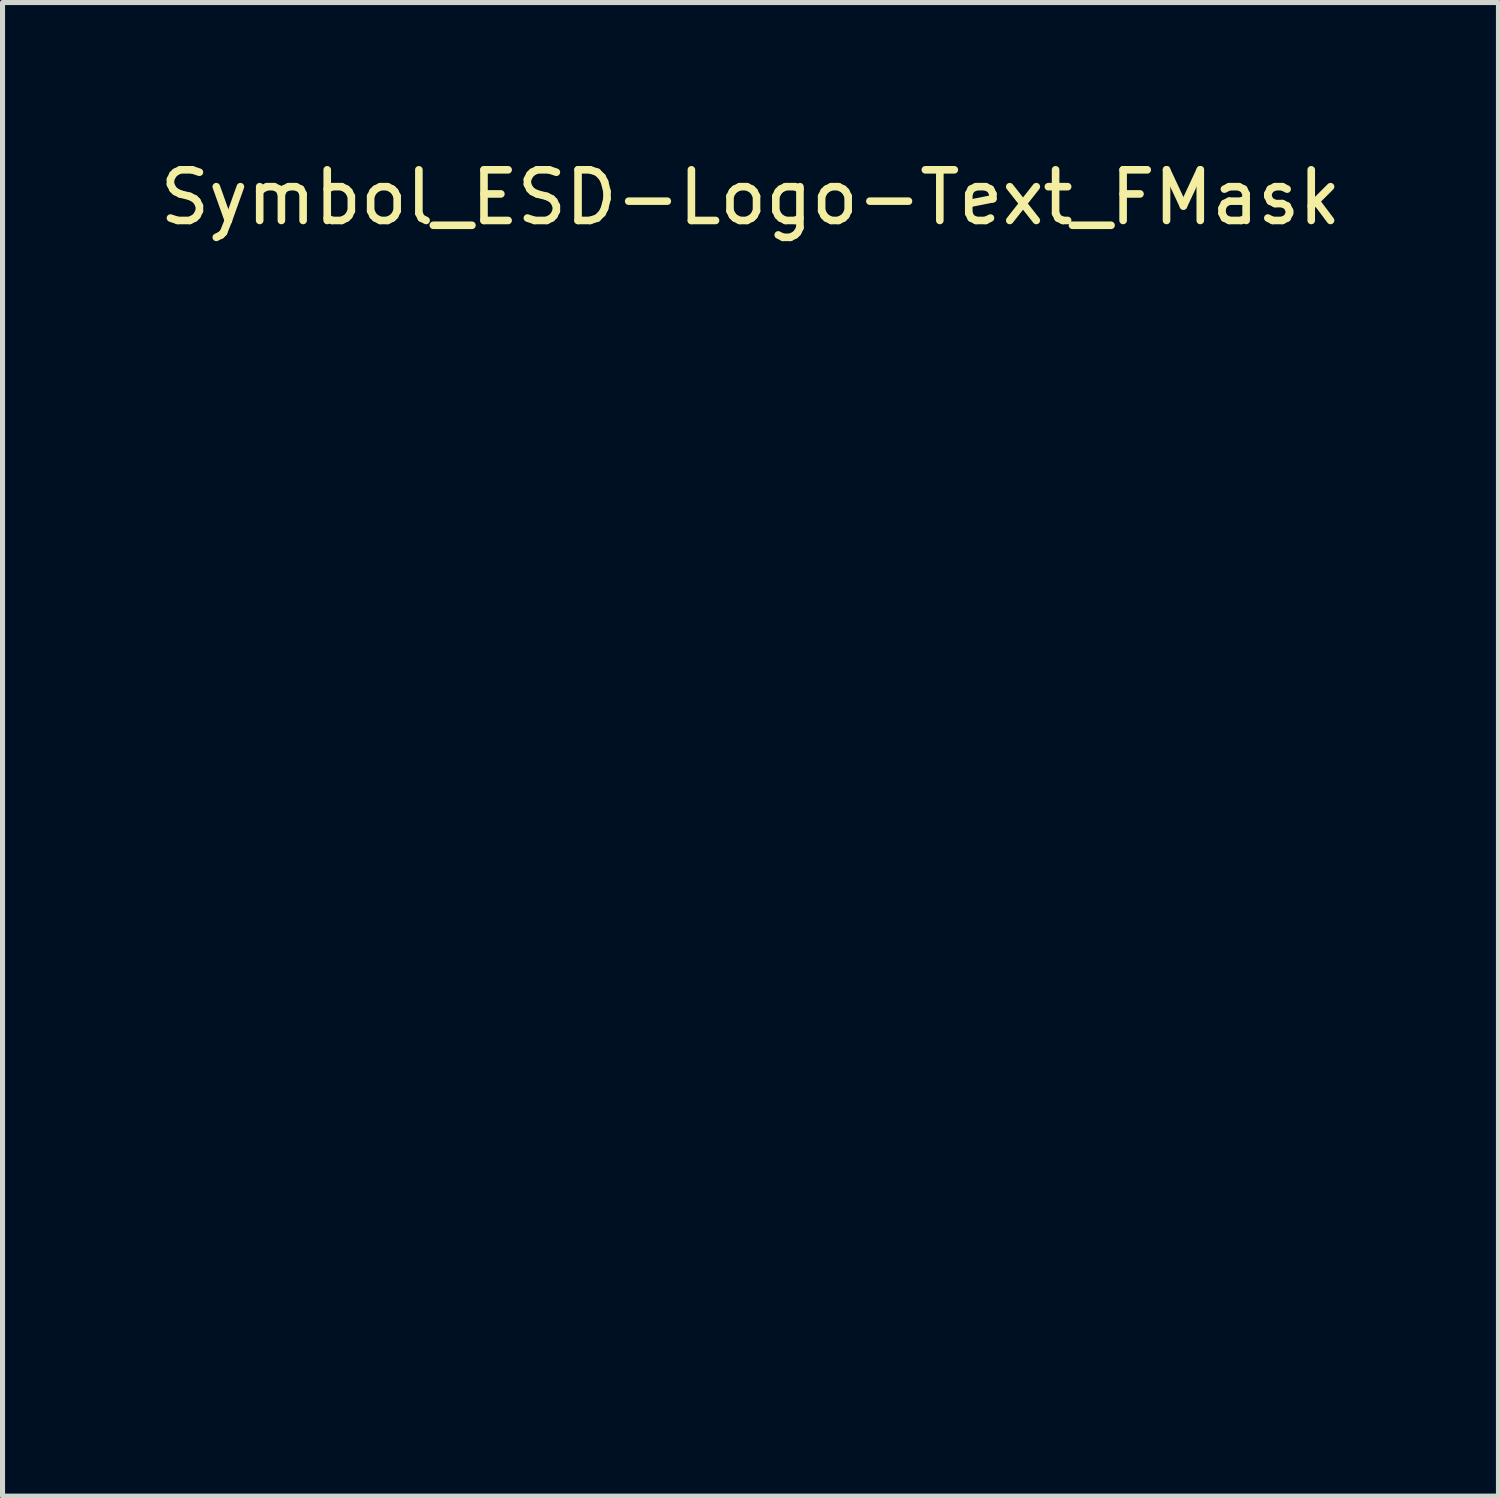
<source format=kicad_pcb>
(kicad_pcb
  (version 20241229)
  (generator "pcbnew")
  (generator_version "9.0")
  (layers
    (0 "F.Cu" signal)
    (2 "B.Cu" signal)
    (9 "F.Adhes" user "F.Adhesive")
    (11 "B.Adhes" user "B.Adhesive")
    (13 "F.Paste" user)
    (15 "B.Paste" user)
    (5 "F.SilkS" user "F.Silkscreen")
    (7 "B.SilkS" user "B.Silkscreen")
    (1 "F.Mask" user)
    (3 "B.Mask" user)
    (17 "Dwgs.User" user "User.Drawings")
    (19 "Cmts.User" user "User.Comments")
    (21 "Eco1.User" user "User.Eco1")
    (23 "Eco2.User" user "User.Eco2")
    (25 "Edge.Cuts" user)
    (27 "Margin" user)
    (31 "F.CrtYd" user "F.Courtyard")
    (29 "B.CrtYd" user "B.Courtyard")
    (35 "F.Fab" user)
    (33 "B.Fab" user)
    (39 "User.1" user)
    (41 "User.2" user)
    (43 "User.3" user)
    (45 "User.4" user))
  (footprint "Symbol_ESD-Logo-Text_FMask"
    (layer "F.Cu")
    (at 11.768 11.648)
    (property "Reference" "Symbol_ESD-Logo-Text_FMask" (at 0 -10.8 0) (layer "F.SilkS") (effects (font (size 1 1) (thickness 0.15))))
    (attr exclude_from_pos_files exclude_from_bom)
    (fp_line (start -6.8 7.371) (end -6.21 7.371) (stroke (width 0.305) (type solid)) (layer "F.Mask"))
    (fp_line (start -6.789 6.111) (end -6.8 7.371) (stroke (width 0.305) (type solid)) (layer "F.Mask"))
    (fp_line (start -6.37 6.731) (end -6.749 6.721) (stroke (width 0.305) (type solid)) (layer "F.Mask"))
    (fp_line (start -6.149 6.111) (end -6.789 6.111) (stroke (width 0.305) (type solid)) (layer "F.Mask"))
    (fp_line (start -5.639 7.371) (end -5.05 7.371) (stroke (width 0.305) (type solid)) (layer "F.Mask"))
    (fp_line (start -5.631 6.101) (end -5.639 7.371) (stroke (width 0.305) (type solid)) (layer "F.Mask"))
    (fp_line (start -5.151 3.312) (end 4.91 3.391) (stroke (width 0.305) (type solid)) (layer "F.Mask"))
    (fp_line (start -4.869 5.311) (end -4.46 4.041) (stroke (width 0.305) (type solid)) (layer "F.Mask"))
    (fp_line (start -4.77 2.751) (end -3.65 3.343) (stroke (width 0.305) (type solid)) (layer "F.Mask"))
    (fp_line (start -4.75 4.961) (end -4.15 4.971) (stroke (width 0.305) (type solid)) (layer "F.Mask"))
    (fp_line (start -4.61 6.119) (end -4.61 7.381) (stroke (width 0.305) (type solid)) (layer "F.Mask"))
    (fp_line (start -4.61 6.119) (end -4.041 6.119) (stroke (width 0.305) (type solid)) (layer "F.Mask"))
    (fp_line (start -4.61 7.381) (end -4.041 7.381) (stroke (width 0.305) (type solid)) (layer "F.Mask"))
    (fp_line (start -4.6 6.129) (end -4.61 6.119) (stroke (width 0.305) (type solid)) (layer "F.Mask"))
    (fp_line (start -4.559 2.223) (end -2.179 3.36) (stroke (width 0.305) (type solid)) (layer "F.Mask"))
    (fp_line (start -4.559 6.731) (end -4.209 6.731) (stroke (width 0.305) (type solid)) (layer "F.Mask"))
    (fp_line (start -4.46 4.041) (end -4.031 5.311) (stroke (width 0.305) (type solid)) (layer "F.Mask"))
    (fp_line (start -4.45 8.499) (end -4.43 8.71) (stroke (width 0.305) (type solid)) (layer "F.Mask"))
    (fp_line (start -4.43 8.71) (end -4.201 8.829) (stroke (width 0.305) (type solid)) (layer "F.Mask"))
    (fp_line (start -4.361 9.489) (end -4.43 9.469) (stroke (width 0.305) (type solid)) (layer "F.Mask"))
    (fp_line (start -4.341 1.661) (end -1.14 3.312) (stroke (width 0.305) (type solid)) (layer "F.Mask"))
    (fp_line (start -4.219 8.27) (end -4.45 8.499) (stroke (width 0.305) (type solid)) (layer "F.Mask"))
    (fp_line (start -4.201 8.829) (end -3.871 8.961) (stroke (width 0.305) (type solid)) (layer "F.Mask"))
    (fp_line (start -4.031 1.201) (end -2.41 1.991) (stroke (width 0.305) (type solid)) (layer "F.Mask"))
    (fp_line (start -4.021 9.55) (end -4.361 9.489) (stroke (width 0.305) (type solid)) (layer "F.Mask"))
    (fp_line (start -3.909 8.26) (end -4.219 8.27) (stroke (width 0.305) (type solid)) (layer "F.Mask"))
    (fp_line (start -3.871 8.961) (end -3.739 9.169) (stroke (width 0.305) (type solid)) (layer "F.Mask"))
    (fp_line (start -3.79 4.049) (end -3.109 4.041) (stroke (width 0.305) (type solid)) (layer "F.Mask"))
    (fp_line (start -3.79 9.441) (end -4.021 9.55) (stroke (width 0.305) (type solid)) (layer "F.Mask"))
    (fp_line (start -3.749 0.653) (end -2.461 1.382) (stroke (width 0.305) (type solid)) (layer "F.Mask"))
    (fp_line (start -3.739 9.169) (end -3.79 9.441) (stroke (width 0.305) (type solid)) (layer "F.Mask"))
    (fp_line (start -3.701 8.321) (end -3.909 8.26) (stroke (width 0.305) (type solid)) (layer "F.Mask"))
    (fp_line (start -3.551 0.163) (end -2.479 0.752) (stroke (width 0.305) (type solid)) (layer "F.Mask"))
    (fp_line (start -3.51 6.66) (end -3.49 7.021) (stroke (width 0.305) (type solid)) (layer "F.Mask"))
    (fp_line (start -3.5 10.439) (end -3.5 11.679) (stroke (width 0.305) (type solid)) (layer "F.Mask"))
    (fp_line (start -3.5 11.679) (end -3.18 11.679) (stroke (width 0.305) (type solid)) (layer "F.Mask"))
    (fp_line (start -3.49 7.021) (end -3.33 7.269) (stroke (width 0.305) (type solid)) (layer "F.Mask"))
    (fp_line (start -3.449 4.049) (end -3.419 5.281) (stroke (width 0.305) (type solid)) (layer "F.Mask"))
    (fp_line (start -3.411 6.289) (end -3.51 6.66) (stroke (width 0.305) (type solid)) (layer "F.Mask"))
    (fp_line (start -3.371 -0.338) (end -2.629 0.061) (stroke (width 0.305) (type solid)) (layer "F.Mask"))
    (fp_line (start -3.33 7.269) (end -3.119 7.371) (stroke (width 0.305) (type solid)) (layer "F.Mask"))
    (fp_line (start -3.18 11.679) (end -2.911 11.501) (stroke (width 0.305) (type solid)) (layer "F.Mask"))
    (fp_line (start -3.16 6.139) (end -3.411 6.289) (stroke (width 0.305) (type solid)) (layer "F.Mask"))
    (fp_line (start -3.16 9.5) (end -3.18 8.27) (stroke (width 0.305) (type solid)) (layer "F.Mask"))
    (fp_line (start -3.129 10.439) (end -3.429 10.429) (stroke (width 0.305) (type solid)) (layer "F.Mask"))
    (fp_line (start -3.119 7.371) (end -2.771 7.29) (stroke (width 0.305) (type solid)) (layer "F.Mask"))
    (fp_line (start -3.091 -0.848) (end -5.151 3.312) (stroke (width 0.305) (type solid)) (layer "F.Mask"))
    (fp_line (start -2.959 10.531) (end -3.129 10.439) (stroke (width 0.305) (type solid)) (layer "F.Mask"))
    (fp_line (start -2.939 6.139) (end -3.16 6.139) (stroke (width 0.305) (type solid)) (layer "F.Mask"))
    (fp_line (start -2.911 11.501) (end -2.799 11.1) (stroke (width 0.305) (type solid)) (layer "F.Mask"))
    (fp_line (start -2.84 10.77) (end -2.959 10.531) (stroke (width 0.305) (type solid)) (layer "F.Mask"))
    (fp_line (start -2.799 11.1) (end -2.84 10.77) (stroke (width 0.305) (type solid)) (layer "F.Mask"))
    (fp_line (start -2.779 4.041) (end -2.141 4.031) (stroke (width 0.305) (type solid)) (layer "F.Mask"))
    (fp_line (start -2.771 8.839) (end -3.17 8.829) (stroke (width 0.305) (type solid)) (layer "F.Mask"))
    (fp_line (start -2.761 -1.587) (end -1.9 -1.158) (stroke (width 0.305) (type solid)) (layer "F.Mask"))
    (fp_line (start -2.7 6.251) (end -2.939 6.139) (stroke (width 0.305) (type solid)) (layer "F.Mask"))
    (fp_line (start -2.601 8.26) (end -3.15 8.26) (stroke (width 0.305) (type solid)) (layer "F.Mask"))
    (fp_line (start -2.56 9.53) (end -3.16 9.5) (stroke (width 0.305) (type solid)) (layer "F.Mask"))
    (fp_line (start -2.51 -1.968) (end -1.689 -1.488) (stroke (width 0.305) (type solid)) (layer "F.Mask"))
    (fp_line (start -2.489 1.102) (end -1.991 2.771) (stroke (width 0.305) (type solid)) (layer "F.Mask"))
    (fp_line (start -2.461 -0.569) (end -3.091 -0.848) (stroke (width 0.305) (type solid)) (layer "F.Mask"))
    (fp_line (start -2.461 5.311) (end -2.469 4.059) (stroke (width 0.305) (type solid)) (layer "F.Mask"))
    (fp_line (start -2.41 1.991) (end -2.38 1.991) (stroke (width 0.305) (type solid)) (layer "F.Mask"))
    (fp_line (start -2.38 -0.579) (end -2.489 1.102) (stroke (width 0.305) (type solid)) (layer "F.Mask"))
    (fp_line (start -2.349 6.119) (end -1.679 6.119) (stroke (width 0.305) (type solid)) (layer "F.Mask"))
    (fp_line (start -2.261 11.661) (end -1.641 11.679) (stroke (width 0.305) (type solid)) (layer "F.Mask"))
    (fp_line (start -2.23 -2.449) (end -1.311 -1.819) (stroke (width 0.305) (type solid)) (layer "F.Mask"))
    (fp_line (start -2.23 10.419) (end -2.261 11.661) (stroke (width 0.305) (type solid)) (layer "F.Mask"))
    (fp_line (start -2.159 11.039) (end -2.159 11.021) (stroke (width 0.305) (type solid)) (layer "F.Mask"))
    (fp_line (start -2.05 -2.959) (end -1.031 -2.268) (stroke (width 0.305) (type solid)) (layer "F.Mask"))
    (fp_line (start -2.05 6.5) (end -2.029 7.371) (stroke (width 0.305) (type solid)) (layer "F.Mask"))
    (fp_line (start -2.04 6.52) (end -2.029 6.129) (stroke (width 0.305) (type solid)) (layer "F.Mask"))
    (fp_line (start -2.029 6.129) (end -2.009 6.129) (stroke (width 0.305) (type solid)) (layer "F.Mask"))
    (fp_line (start -2.009 8.331) (end -1.321 9.51) (stroke (width 0.305) (type solid)) (layer "F.Mask"))
    (fp_line (start -2.009 9.5) (end -2.009 8.331) (stroke (width 0.305) (type solid)) (layer "F.Mask"))
    (fp_line (start -1.991 2.771) (end -1.621 2.352) (stroke (width 0.305) (type solid)) (layer "F.Mask"))
    (fp_line (start -1.9 -1.158) (end -1.869 -1.158) (stroke (width 0.305) (type solid)) (layer "F.Mask"))
    (fp_line (start -1.849 0.422) (end -1.77 -0.119) (stroke (width 0.305) (type solid)) (layer "F.Mask"))
    (fp_line (start -1.849 1.481) (end -1.849 0.422) (stroke (width 0.305) (type solid)) (layer "F.Mask"))
    (fp_line (start -1.821 11.011) (end -2.159 11.039) (stroke (width 0.305) (type solid)) (layer "F.Mask"))
    (fp_line (start -1.77 -0.119) (end -1.72 -0.168) (stroke (width 0.305) (type solid)) (layer "F.Mask"))
    (fp_line (start -1.72 -3.599) (end -0.45 -2.809) (stroke (width 0.305) (type solid)) (layer "F.Mask"))
    (fp_line (start -1.72 -0.168) (end -1.471 -0.498) (stroke (width 0.305) (type solid)) (layer "F.Mask"))
    (fp_line (start -1.661 4.049) (end -1.661 5.281) (stroke (width 0.305) (type solid)) (layer "F.Mask"))
    (fp_line (start -1.661 5.281) (end -1.651 5.281) (stroke (width 0.305) (type solid)) (layer "F.Mask"))
    (fp_line (start -1.651 4.049) (end -1.14 4.049) (stroke (width 0.305) (type solid)) (layer "F.Mask"))
    (fp_line (start -1.641 5.301) (end -1.631 5.301) (stroke (width 0.305) (type solid)) (layer "F.Mask"))
    (fp_line (start -1.631 10.419) (end -2.23 10.419) (stroke (width 0.305) (type solid)) (layer "F.Mask"))
    (fp_line (start -1.621 2.352) (end -1.849 1.481) (stroke (width 0.305) (type solid)) (layer "F.Mask"))
    (fp_line (start -1.621 4.651) (end -1.6 4.651) (stroke (width 0.305) (type solid)) (layer "F.Mask"))
    (fp_line (start -1.539 2.372) (end -0.02 3.391) (stroke (width 0.305) (type solid)) (layer "F.Mask"))
    (fp_line (start -1.519 -0.14) (end -1.519 0.803) (stroke (width 0.305) (type solid)) (layer "F.Mask"))
    (fp_line (start -1.519 0.803) (end -1.389 1.641) (stroke (width 0.305) (type solid)) (layer "F.Mask"))
    (fp_line (start -1.471 -0.498) (end -0.63 -1.128) (stroke (width 0.305) (type solid)) (layer "F.Mask"))
    (fp_line (start -1.389 1.641) (end -1.11 1.872) (stroke (width 0.305) (type solid)) (layer "F.Mask"))
    (fp_line (start -1.359 -4.229) (end 0.46 -3.089) (stroke (width 0.305) (type solid)) (layer "F.Mask"))
    (fp_line (start -1.321 9.51) (end -1.321 8.27) (stroke (width 0.305) (type solid)) (layer "F.Mask"))
    (fp_line (start -1.311 -1.819) (end -1.311 -1.839) (stroke (width 0.305) (type solid)) (layer "F.Mask"))
    (fp_line (start -1.28 10.409) (end -0.861 11.679) (stroke (width 0.305) (type solid)) (layer "F.Mask"))
    (fp_line (start -1.229 6.139) (end -0.79 6.129) (stroke (width 0.305) (type solid)) (layer "F.Mask"))
    (fp_line (start -1.229 7.361) (end -1.229 6.139) (stroke (width 0.305) (type solid)) (layer "F.Mask"))
    (fp_line (start -1.199 4.641) (end -1.621 4.651) (stroke (width 0.305) (type solid)) (layer "F.Mask"))
    (fp_line (start -1.171 6.779) (end -1.161 6.779) (stroke (width 0.305) (type solid)) (layer "F.Mask"))
    (fp_line (start -1.14 0.163) (end -0.701 0.371) (stroke (width 0.305) (type solid)) (layer "F.Mask"))
    (fp_line (start -1.11 -0.648) (end -0.78 -0.498) (stroke (width 0.305) (type solid)) (layer "F.Mask"))
    (fp_line (start -1.11 1.872) (end -1.011 1.562) (stroke (width 0.305) (type solid)) (layer "F.Mask"))
    (fp_line (start -1.1 5.319) (end -1.641 5.301) (stroke (width 0.305) (type solid)) (layer "F.Mask"))
    (fp_line (start -1.011 -4.869) (end 1.199 -3.419) (stroke (width 0.305) (type solid)) (layer "F.Mask"))
    (fp_line (start -1.011 1.562) (end -1.14 0.163) (stroke (width 0.305) (type solid)) (layer "F.Mask"))
    (fp_line (start -0.879 6.82) (end -0.521 7.361) (stroke (width 0.305) (type solid)) (layer "F.Mask"))
    (fp_line (start -0.861 2.372) (end -0.63 2.682) (stroke (width 0.305) (type solid)) (layer "F.Mask"))
    (fp_line (start -0.861 11.679) (end -0.439 10.419) (stroke (width 0.305) (type solid)) (layer "F.Mask"))
    (fp_line (start -0.79 6.129) (end -0.599 6.241) (stroke (width 0.305) (type solid)) (layer "F.Mask"))
    (fp_line (start -0.78 -0.498) (end -0.419 -0.617) (stroke (width 0.305) (type solid)) (layer "F.Mask"))
    (fp_line (start -0.77 6.779) (end -1.171 6.779) (stroke (width 0.305) (type solid)) (layer "F.Mask"))
    (fp_line (start -0.759 8.59) (end -0.66 8.781) (stroke (width 0.305) (type solid)) (layer "F.Mask"))
    (fp_line (start -0.749 -5.397) (end 1.859 -3.647) (stroke (width 0.305) (type solid)) (layer "F.Mask"))
    (fp_line (start -0.729 0.98) (end -0.3 0.442) (stroke (width 0.305) (type solid)) (layer "F.Mask"))
    (fp_line (start -0.701 0.371) (end -0.729 0.98) (stroke (width 0.305) (type solid)) (layer "F.Mask"))
    (fp_line (start -0.701 1.593) (end -0.861 2.372) (stroke (width 0.305) (type solid)) (layer "F.Mask"))
    (fp_line (start -0.691 8.379) (end -0.759 8.59) (stroke (width 0.305) (type solid)) (layer "F.Mask"))
    (fp_line (start -0.66 8.781) (end -0.46 8.87) (stroke (width 0.305) (type solid)) (layer "F.Mask"))
    (fp_line (start -0.65 -2.649) (end -1.88 -1.138) (stroke (width 0.305) (type solid)) (layer "F.Mask"))
    (fp_line (start -0.65 -0.93) (end 0.061 -0.419) (stroke (width 0.305) (type solid)) (layer "F.Mask"))
    (fp_line (start -0.63 -1.128) (end -0.401 -1.278) (stroke (width 0.305) (type solid)) (layer "F.Mask"))
    (fp_line (start -0.63 2.682) (end -0.32 2.022) (stroke (width 0.305) (type solid)) (layer "F.Mask"))
    (fp_line (start -0.599 6.241) (end -0.511 6.5) (stroke (width 0.305) (type solid)) (layer "F.Mask"))
    (fp_line (start -0.599 6.69) (end -0.77 6.779) (stroke (width 0.305) (type solid)) (layer "F.Mask"))
    (fp_line (start -0.521 4.089) (end 0.191 5.291) (stroke (width 0.305) (type solid)) (layer "F.Mask"))
    (fp_line (start -0.511 5.329) (end -0.521 4.089) (stroke (width 0.305) (type solid)) (layer "F.Mask"))
    (fp_line (start -0.511 6.5) (end -0.599 6.69) (stroke (width 0.305) (type solid)) (layer "F.Mask"))
    (fp_line (start -0.48 8.26) (end -0.691 8.379) (stroke (width 0.305) (type solid)) (layer "F.Mask"))
    (fp_line (start -0.46 8.87) (end -0.239 8.941) (stroke (width 0.305) (type solid)) (layer "F.Mask"))
    (fp_line (start -0.45 -2.809) (end -0.419 -2.809) (stroke (width 0.305) (type solid)) (layer "F.Mask"))
    (fp_line (start -0.45 9.51) (end -0.719 9.469) (stroke (width 0.305) (type solid)) (layer "F.Mask"))
    (fp_line (start -0.419 -0.617) (end 0.061 -0.089) (stroke (width 0.305) (type solid)) (layer "F.Mask"))
    (fp_line (start -0.401 -1.278) (end 0.46 -0.188) (stroke (width 0.305) (type solid)) (layer "F.Mask"))
    (fp_line (start -0.351 -6.058) (end 1.58 -4.658) (stroke (width 0.305) (type solid)) (layer "F.Mask"))
    (fp_line (start -0.351 2.301) (end 1.021 3.312) (stroke (width 0.305) (type solid)) (layer "F.Mask"))
    (fp_line (start -0.32 2.022) (end 0.191 1.511) (stroke (width 0.305) (type solid)) (layer "F.Mask"))
    (fp_line (start -0.3 0.442) (end -0.071 0.572) (stroke (width 0.305) (type solid)) (layer "F.Mask"))
    (fp_line (start -0.239 8.941) (end -0.071 9.091) (stroke (width 0.305) (type solid)) (layer "F.Mask"))
    (fp_line (start -0.221 1.991) (end 0.079 2.172) (stroke (width 0.305) (type solid)) (layer "F.Mask"))
    (fp_line (start -0.211 8.23) (end -0.48 8.26) (stroke (width 0.305) (type solid)) (layer "F.Mask"))
    (fp_line (start -0.211 9.489) (end -0.45 9.51) (stroke (width 0.305) (type solid)) (layer "F.Mask"))
    (fp_line (start -0.089 -6.668) (end 0.95 -5.928) (stroke (width 0.305) (type solid)) (layer "F.Mask"))
    (fp_line (start -0.071 9.091) (end -0.041 9.289) (stroke (width 0.305) (type solid)) (layer "F.Mask"))
    (fp_line (start -0.041 6.789) (end 0.03 6.37) (stroke (width 0.305) (type solid)) (layer "F.Mask"))
    (fp_line (start -0.041 9.289) (end -0.211 9.489) (stroke (width 0.305) (type solid)) (layer "F.Mask"))
    (fp_line (start 0 8.321) (end -0.211 8.23) (stroke (width 0.305) (type solid)) (layer "F.Mask"))
    (fp_line (start 0 10.419) (end 0 11.661) (stroke (width 0.305) (type solid)) (layer "F.Mask"))
    (fp_line (start 0.03 6.37) (end 0.18 6.18) (stroke (width 0.305) (type solid)) (layer "F.Mask"))
    (fp_line (start 0.03 7.109) (end -0.041 6.789) (stroke (width 0.305) (type solid)) (layer "F.Mask"))
    (fp_line (start 0.061 -0.089) (end 0.239 0.142) (stroke (width 0.305) (type solid)) (layer "F.Mask"))
    (fp_line (start 0.079 2.172) (end 0.109 2.172) (stroke (width 0.305) (type solid)) (layer "F.Mask"))
    (fp_line (start 0.18 6.18) (end 0.361 6.17) (stroke (width 0.305) (type solid)) (layer "F.Mask"))
    (fp_line (start 0.191 1.511) (end 0.8 0.98) (stroke (width 0.305) (type solid)) (layer "F.Mask"))
    (fp_line (start 0.191 5.291) (end 0.191 4.059) (stroke (width 0.305) (type solid)) (layer "F.Mask"))
    (fp_line (start 0.211 -7.379) (end -2.761 -1.587) (stroke (width 0.305) (type solid)) (layer "F.Mask"))
    (fp_line (start 0.239 1.841) (end 2.169 3.292) (stroke (width 0.305) (type solid)) (layer "F.Mask"))
    (fp_line (start 0.239 7.371) (end 0.03 7.109) (stroke (width 0.305) (type solid)) (layer "F.Mask"))
    (fp_line (start 0.31 0.323) (end -0.701 1.593) (stroke (width 0.305) (type solid)) (layer "F.Mask"))
    (fp_line (start 0.31 1.46) (end 0.569 1.811) (stroke (width 0.305) (type solid)) (layer "F.Mask"))
    (fp_line (start 0.391 6.129) (end 0.64 6.2) (stroke (width 0.305) (type solid)) (layer "F.Mask"))
    (fp_line (start 0.46 -0.188) (end 0.31 0.323) (stroke (width 0.305) (type solid)) (layer "F.Mask"))
    (fp_line (start 0.46 7.381) (end 0.239 7.371) (stroke (width 0.305) (type solid)) (layer "F.Mask"))
    (fp_line (start 0.511 8.219) (end 0.511 9.479) (stroke (width 0.305) (type solid)) (layer "F.Mask"))
    (fp_line (start 0.521 1.46) (end 3.259 3.312) (stroke (width 0.305) (type solid)) (layer "F.Mask"))
    (fp_line (start 0.521 11.181) (end 0.62 11.481) (stroke (width 0.305) (type solid)) (layer "F.Mask"))
    (fp_line (start 0.599 10.78) (end 0.521 11.181) (stroke (width 0.305) (type solid)) (layer "F.Mask"))
    (fp_line (start 0.61 4.041) (end 1.311 4.041) (stroke (width 0.305) (type solid)) (layer "F.Mask"))
    (fp_line (start 0.62 11.481) (end 0.899 11.651) (stroke (width 0.305) (type solid)) (layer "F.Mask"))
    (fp_line (start 0.64 6.2) (end 0.78 6.421) (stroke (width 0.305) (type solid)) (layer "F.Mask"))
    (fp_line (start 0.65 7.33) (end 0.46 7.381) (stroke (width 0.305) (type solid)) (layer "F.Mask"))
    (fp_line (start 0.77 7.17) (end 0.65 7.33) (stroke (width 0.305) (type solid)) (layer "F.Mask"))
    (fp_line (start 0.78 6.421) (end 0.841 6.789) (stroke (width 0.305) (type solid)) (layer "F.Mask"))
    (fp_line (start 0.841 6.789) (end 0.77 7.17) (stroke (width 0.305) (type solid)) (layer "F.Mask"))
    (fp_line (start 0.851 10.49) (end 0.599 10.78) (stroke (width 0.305) (type solid)) (layer "F.Mask"))
    (fp_line (start 0.899 11.651) (end 1.161 11.689) (stroke (width 0.305) (type solid)) (layer "F.Mask"))
    (fp_line (start 0.96 8.27) (end 1.631 8.28) (stroke (width 0.305) (type solid)) (layer "F.Mask"))
    (fp_line (start 0.97 4.069) (end 0.991 5.281) (stroke (width 0.305) (type solid)) (layer "F.Mask"))
    (fp_line (start 1.021 3.312) (end 1.049 3.312) (stroke (width 0.305) (type solid)) (layer "F.Mask"))
    (fp_line (start 1.1 10.439) (end 0.851 10.49) (stroke (width 0.305) (type solid)) (layer "F.Mask"))
    (fp_line (start 1.161 11.689) (end 1.311 11.57) (stroke (width 0.305) (type solid)) (layer "F.Mask"))
    (fp_line (start 1.25 -3.317) (end -0.65 -2.649) (stroke (width 0.305) (type solid)) (layer "F.Mask"))
    (fp_line (start 1.29 8.291) (end 1.3 9.479) (stroke (width 0.305) (type solid)) (layer "F.Mask"))
    (fp_line (start 1.3 9.479) (end 1.311 9.479) (stroke (width 0.305) (type solid)) (layer "F.Mask"))
    (fp_line (start 1.311 6.421) (end 1.369 6.609) (stroke (width 0.305) (type solid)) (layer "F.Mask"))
    (fp_line (start 1.311 10.531) (end 1.1 10.439) (stroke (width 0.305) (type solid)) (layer "F.Mask"))
    (fp_line (start 1.311 11.57) (end 1.321 11.56) (stroke (width 0.305) (type solid)) (layer "F.Mask"))
    (fp_line (start 1.369 6.609) (end 1.669 6.769) (stroke (width 0.305) (type solid)) (layer "F.Mask"))
    (fp_line (start 1.45 6.17) (end 1.311 6.421) (stroke (width 0.305) (type solid)) (layer "F.Mask"))
    (fp_line (start 1.61 0.653) (end 1.679 0.622) (stroke (width 0.305) (type solid)) (layer "F.Mask"))
    (fp_line (start 1.631 7.399) (end 1.321 7.361) (stroke (width 0.305) (type solid)) (layer "F.Mask"))
    (fp_line (start 1.659 0.541) (end 2.169 -0.29) (stroke (width 0.305) (type solid)) (layer "F.Mask"))
    (fp_line (start 1.669 6.769) (end 1.92 6.881) (stroke (width 0.305) (type solid)) (layer "F.Mask"))
    (fp_line (start 1.781 4.031) (end 1.77 5.291) (stroke (width 0.305) (type solid)) (layer "F.Mask"))
    (fp_line (start 1.811 6.111) (end 1.45 6.17) (stroke (width 0.305) (type solid)) (layer "F.Mask"))
    (fp_line (start 1.869 10.439) (end 1.88 11.661) (stroke (width 0.305) (type solid)) (layer "F.Mask"))
    (fp_line (start 1.88 7.32) (end 1.631 7.399) (stroke (width 0.305) (type solid)) (layer "F.Mask"))
    (fp_line (start 1.88 11.661) (end 2.451 11.679) (stroke (width 0.305) (type solid)) (layer "F.Mask"))
    (fp_line (start 1.92 6.881) (end 2.029 7.15) (stroke (width 0.305) (type solid)) (layer "F.Mask"))
    (fp_line (start 2.029 7.15) (end 1.88 7.32) (stroke (width 0.305) (type solid)) (layer "F.Mask"))
    (fp_line (start 2.04 6.18) (end 1.811 6.111) (stroke (width 0.305) (type solid)) (layer "F.Mask"))
    (fp_line (start 2.09 -3.647) (end 0.211 -7.379) (stroke (width 0.305) (type solid)) (layer "F.Mask"))
    (fp_line (start 2.101 8.291) (end 2.09 9.489) (stroke (width 0.305) (type solid)) (layer "F.Mask"))
    (fp_line (start 2.121 0.041) (end 4.379 1.382) (stroke (width 0.305) (type solid)) (layer "F.Mask"))
    (fp_line (start 2.169 -0.29) (end 2.499 -0.828) (stroke (width 0.305) (type solid)) (layer "F.Mask"))
    (fp_line (start 2.2 -3.599) (end 1.25 -3.317) (stroke (width 0.305) (type solid)) (layer "F.Mask"))
    (fp_line (start 2.2 11.011) (end 1.89 11.021) (stroke (width 0.305) (type solid)) (layer "F.Mask"))
    (fp_line (start 2.319 4.389) (end 2.431 4.181) (stroke (width 0.305) (type solid)) (layer "F.Mask"))
    (fp_line (start 2.319 4.709) (end 2.319 4.389) (stroke (width 0.305) (type solid)) (layer "F.Mask"))
    (fp_line (start 2.431 4.181) (end 2.639 4.059) (stroke (width 0.305) (type solid)) (layer "F.Mask"))
    (fp_line (start 2.431 5.141) (end 2.319 4.709) (stroke (width 0.305) (type solid)) (layer "F.Mask"))
    (fp_line (start 2.431 6.119) (end 3.081 6.119) (stroke (width 0.305) (type solid)) (layer "F.Mask"))
    (fp_line (start 2.451 -0.569) (end 4.1 0.721) (stroke (width 0.305) (type solid)) (layer "F.Mask"))
    (fp_line (start 2.479 10.419) (end 1.869 10.439) (stroke (width 0.305) (type solid)) (layer "F.Mask"))
    (fp_line (start 2.499 -0.828) (end 2.779 -1.257) (stroke (width 0.305) (type solid)) (layer "F.Mask"))
    (fp_line (start 2.51 8.27) (end 2.921 9.489) (stroke (width 0.305) (type solid)) (layer "F.Mask"))
    (fp_line (start 2.601 5.281) (end 2.431 5.141) (stroke (width 0.305) (type solid)) (layer "F.Mask"))
    (fp_line (start 2.7 -1.029) (end 3.541 -0.399) (stroke (width 0.305) (type solid)) (layer "F.Mask"))
    (fp_line (start 2.741 6.129) (end 2.761 7.371) (stroke (width 0.305) (type solid)) (layer "F.Mask"))
    (fp_line (start 2.751 4.049) (end 2.979 4.12) (stroke (width 0.305) (type solid)) (layer "F.Mask"))
    (fp_line (start 2.779 -1.257) (end 3.109 -1.389) (stroke (width 0.305) (type solid)) (layer "F.Mask"))
    (fp_line (start 2.809 5.301) (end 2.601 5.281) (stroke (width 0.305) (type solid)) (layer "F.Mask"))
    (fp_line (start 2.921 9.489) (end 3.36 8.27) (stroke (width 0.305) (type solid)) (layer "F.Mask"))
    (fp_line (start 2.979 4.12) (end 3.15 4.331) (stroke (width 0.305) (type solid)) (layer "F.Mask"))
    (fp_line (start 2.979 11.651) (end 2.99 11.641) (stroke (width 0.305) (type solid)) (layer "F.Mask"))
    (fp_line (start 3 10.599) (end 3 10.841) (stroke (width 0.305) (type solid)) (layer "F.Mask"))
    (fp_line (start 3 10.841) (end 3.279 11.059) (stroke (width 0.305) (type solid)) (layer "F.Mask"))
    (fp_line (start 3.04 5.189) (end 2.809 5.301) (stroke (width 0.305) (type solid)) (layer "F.Mask"))
    (fp_line (start 3.15 4.331) (end 3.16 4.671) (stroke (width 0.305) (type solid)) (layer "F.Mask"))
    (fp_line (start 3.15 4.971) (end 3.04 5.189) (stroke (width 0.305) (type solid)) (layer "F.Mask"))
    (fp_line (start 3.16 -1.308) (end 4.961 2.471) (stroke (width 0.305) (type solid)) (layer "F.Mask"))
    (fp_line (start 3.16 4.671) (end 3.15 4.971) (stroke (width 0.305) (type solid)) (layer "F.Mask"))
    (fp_line (start 3.211 11.689) (end 2.979 11.651) (stroke (width 0.305) (type solid)) (layer "F.Mask"))
    (fp_line (start 3.231 10.429) (end 3 10.599) (stroke (width 0.305) (type solid)) (layer "F.Mask"))
    (fp_line (start 3.259 3.312) (end 3.279 3.312) (stroke (width 0.305) (type solid)) (layer "F.Mask"))
    (fp_line (start 3.279 11.059) (end 3.541 11.161) (stroke (width 0.305) (type solid)) (layer "F.Mask"))
    (fp_line (start 3.381 7.381) (end 3.8 6.149) (stroke (width 0.305) (type solid)) (layer "F.Mask"))
    (fp_line (start 3.5 10.429) (end 3.231 10.429) (stroke (width 0.305) (type solid)) (layer "F.Mask"))
    (fp_line (start 3.51 7.021) (end 4.041 7.021) (stroke (width 0.305) (type solid)) (layer "F.Mask"))
    (fp_line (start 3.52 11.641) (end 3.211 11.689) (stroke (width 0.305) (type solid)) (layer "F.Mask"))
    (fp_line (start 3.541 11.161) (end 3.66 11.45) (stroke (width 0.305) (type solid)) (layer "F.Mask"))
    (fp_line (start 3.66 11.45) (end 3.52 11.641) (stroke (width 0.305) (type solid)) (layer "F.Mask"))
    (fp_line (start 3.711 5.291) (end 3.721 4.1) (stroke (width 0.305) (type solid)) (layer "F.Mask"))
    (fp_line (start 3.721 4.1) (end 4.44 5.301) (stroke (width 0.305) (type solid)) (layer "F.Mask"))
    (fp_line (start 3.721 10.521) (end 3.5 10.429) (stroke (width 0.305) (type solid)) (layer "F.Mask"))
    (fp_line (start 3.8 6.149) (end 4.201 7.371) (stroke (width 0.305) (type solid)) (layer "F.Mask"))
    (fp_line (start 3.8 9.51) (end 3.78 8.291) (stroke (width 0.305) (type solid)) (layer "F.Mask"))
    (fp_line (start 4.209 8.829) (end 3.851 8.839) (stroke (width 0.305) (type solid)) (layer "F.Mask"))
    (fp_line (start 4.399 8.26) (end 3.8 8.27) (stroke (width 0.305) (type solid)) (layer "F.Mask"))
    (fp_line (start 4.409 9.53) (end 3.8 9.51) (stroke (width 0.305) (type solid)) (layer "F.Mask"))
    (fp_line (start 4.44 5.301) (end 4.43 4.069) (stroke (width 0.305) (type solid)) (layer "F.Mask"))
    (fp_line (start 4.46 6.149) (end 5.151 6.139) (stroke (width 0.305) (type solid)) (layer "F.Mask"))
    (fp_line (start 4.801 6.149) (end 4.831 7.371) (stroke (width 0.305) (type solid)) (layer "F.Mask"))
    (fp_line (start 4.91 3.391) (end 0.869 1.181) (stroke (width 0.305) (type solid)) (layer "F.Mask"))
    (fp_line (start 4.961 2.471) (end 1.61 0.653) (stroke (width 0.305) (type solid)) (layer "F.Mask"))
    (fp_line (start 5.631 6.111) (end 5.631 7.341) (stroke (width 0.305) (type solid)) (layer "F.Mask"))
    (fp_line (start 6.149 6.759) (end 6.2 7.16) (stroke (width 0.305) (type solid)) (layer "F.Mask"))
    (fp_line (start 6.2 7.16) (end 6.449 7.361) (stroke (width 0.305) (type solid)) (layer "F.Mask"))
    (fp_line (start 6.241 6.34) (end 6.149 6.759) (stroke (width 0.305) (type solid)) (layer "F.Mask"))
    (fp_line (start 6.449 7.361) (end 6.741 7.361) (stroke (width 0.305) (type solid)) (layer "F.Mask"))
    (fp_line (start 6.48 6.139) (end 6.241 6.34) (stroke (width 0.305) (type solid)) (layer "F.Mask"))
    (fp_line (start 6.711 6.119) (end 6.48 6.139) (stroke (width 0.305) (type solid)) (layer "F.Mask"))
    (fp_line (start 6.741 7.361) (end 6.919 7.249) (stroke (width 0.305) (type solid)) (layer "F.Mask"))
    (fp_line (start 6.98 6.271) (end 6.711 6.119) (stroke (width 0.305) (type solid)) (layer "F.Mask")))
  (gr_rect
    (start -3 -3)
    (end 26.536 26.49)
    (stroke (width 0.1) (type default))
    (fill no)
    (layer "Edge.Cuts")))
</source>
